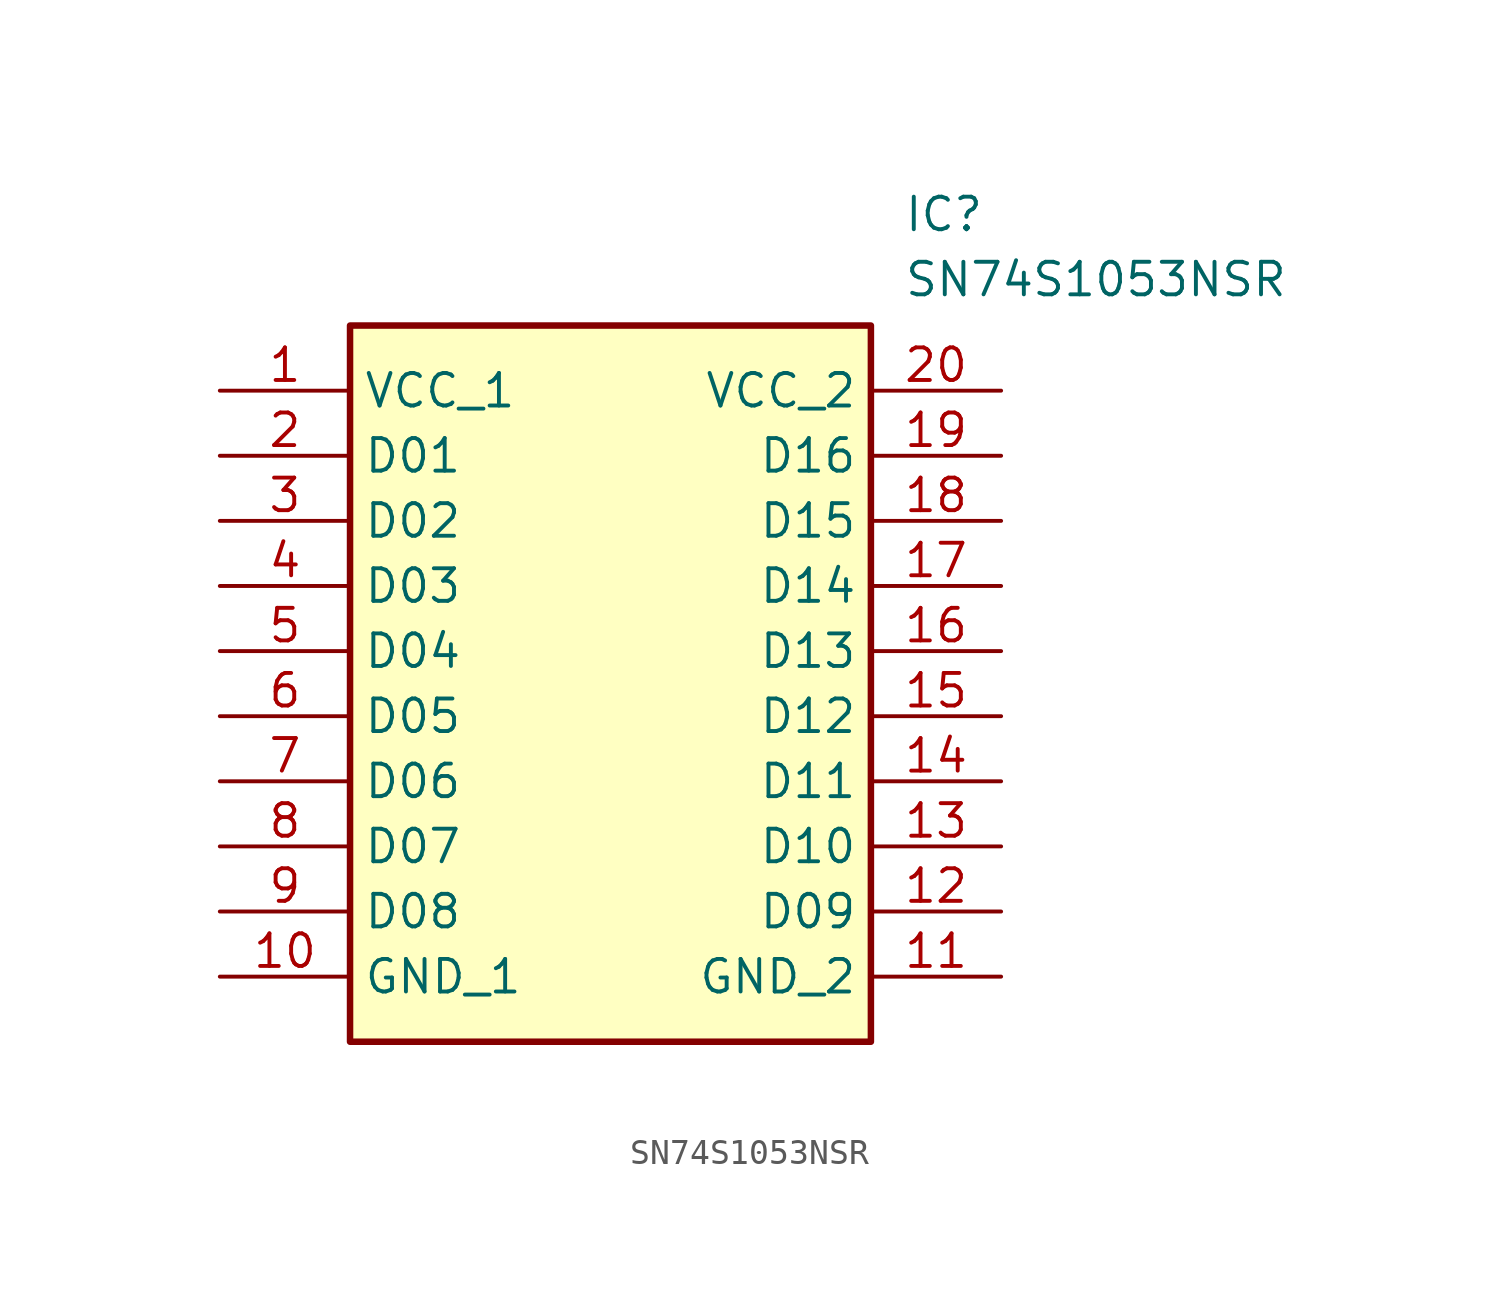
<source format=kicad_sym>
(kicad_symbol_lib
  (version 20211014)
  (generator SamacSys_ECAD_Model)
  (symbol "SN74S1053NSR"
    (property "Reference" "IC"
      (at 26.67 7.62 0)
      (effects (font (size 1.27 1.27)) (justify left top)))
    (property "Value" "SN74S1053NSR"
      (at 26.67 5.08 0)
      (effects (font (size 1.27 1.27)) (justify left top)))
    (rectangle
      (start 5.08 2.54)
      (end 25.4 -25.4)
      (stroke (width 0.254) (type default))
      (fill (type background)))
    (pin passive line
      (at 0 0 0)
      (length 5.08)
      (name "VCC_1" (effects (font (size 1.27 1.27))))
      (number "1" (effects (font (size 1.27 1.27)))))
    (pin passive line
      (at 0 -2.54 0)
      (length 5.08)
      (name "D01" (effects (font (size 1.27 1.27))))
      (number "2" (effects (font (size 1.27 1.27)))))
    (pin passive line
      (at 0 -5.08 0)
      (length 5.08)
      (name "D02" (effects (font (size 1.27 1.27))))
      (number "3" (effects (font (size 1.27 1.27)))))
    (pin passive line
      (at 0 -7.62 0)
      (length 5.08)
      (name "D03" (effects (font (size 1.27 1.27))))
      (number "4" (effects (font (size 1.27 1.27)))))
    (pin passive line
      (at 0 -10.16 0)
      (length 5.08)
      (name "D04" (effects (font (size 1.27 1.27))))
      (number "5" (effects (font (size 1.27 1.27)))))
    (pin passive line
      (at 0 -12.7 0)
      (length 5.08)
      (name "D05" (effects (font (size 1.27 1.27))))
      (number "6" (effects (font (size 1.27 1.27)))))
    (pin passive line
      (at 0 -15.24 0)
      (length 5.08)
      (name "D06" (effects (font (size 1.27 1.27))))
      (number "7" (effects (font (size 1.27 1.27)))))
    (pin passive line
      (at 0 -17.78 0)
      (length 5.08)
      (name "D07" (effects (font (size 1.27 1.27))))
      (number "8" (effects (font (size 1.27 1.27)))))
    (pin passive line
      (at 0 -20.32 0)
      (length 5.08)
      (name "D08" (effects (font (size 1.27 1.27))))
      (number "9" (effects (font (size 1.27 1.27)))))
    (pin passive line
      (at 0 -22.86 0)
      (length 5.08)
      (name "GND_1" (effects (font (size 1.27 1.27))))
      (number "10" (effects (font (size 1.27 1.27)))))
    (pin passive line
      (at 30.48 0 180)
      (length 5.08)
      (name "VCC_2" (effects (font (size 1.27 1.27))))
      (number "20" (effects (font (size 1.27 1.27)))))
    (pin passive line
      (at 30.48 -2.54 180)
      (length 5.08)
      (name "D16" (effects (font (size 1.27 1.27))))
      (number "19" (effects (font (size 1.27 1.27)))))
    (pin passive line
      (at 30.48 -5.08 180)
      (length 5.08)
      (name "D15" (effects (font (size 1.27 1.27))))
      (number "18" (effects (font (size 1.27 1.27)))))
    (pin passive line
      (at 30.48 -7.62 180)
      (length 5.08)
      (name "D14" (effects (font (size 1.27 1.27))))
      (number "17" (effects (font (size 1.27 1.27)))))
    (pin passive line
      (at 30.48 -10.16 180)
      (length 5.08)
      (name "D13" (effects (font (size 1.27 1.27))))
      (number "16" (effects (font (size 1.27 1.27)))))
    (pin passive line
      (at 30.48 -12.7 180)
      (length 5.08)
      (name "D12" (effects (font (size 1.27 1.27))))
      (number "15" (effects (font (size 1.27 1.27)))))
    (pin passive line
      (at 30.48 -15.24 180)
      (length 5.08)
      (name "D11" (effects (font (size 1.27 1.27))))
      (number "14" (effects (font (size 1.27 1.27)))))
    (pin passive line
      (at 30.48 -17.78 180)
      (length 5.08)
      (name "D10" (effects (font (size 1.27 1.27))))
      (number "13" (effects (font (size 1.27 1.27)))))
    (pin passive line
      (at 30.48 -20.32 180)
      (length 5.08)
      (name "D09" (effects (font (size 1.27 1.27))))
      (number "12" (effects (font (size 1.27 1.27)))))
    (pin passive line
      (at 30.48 -22.86 180)
      (length 5.08)
      (name "GND_2" (effects (font (size 1.27 1.27))))
      (number "11" (effects (font (size 1.27 1.27)))))))
</source>
